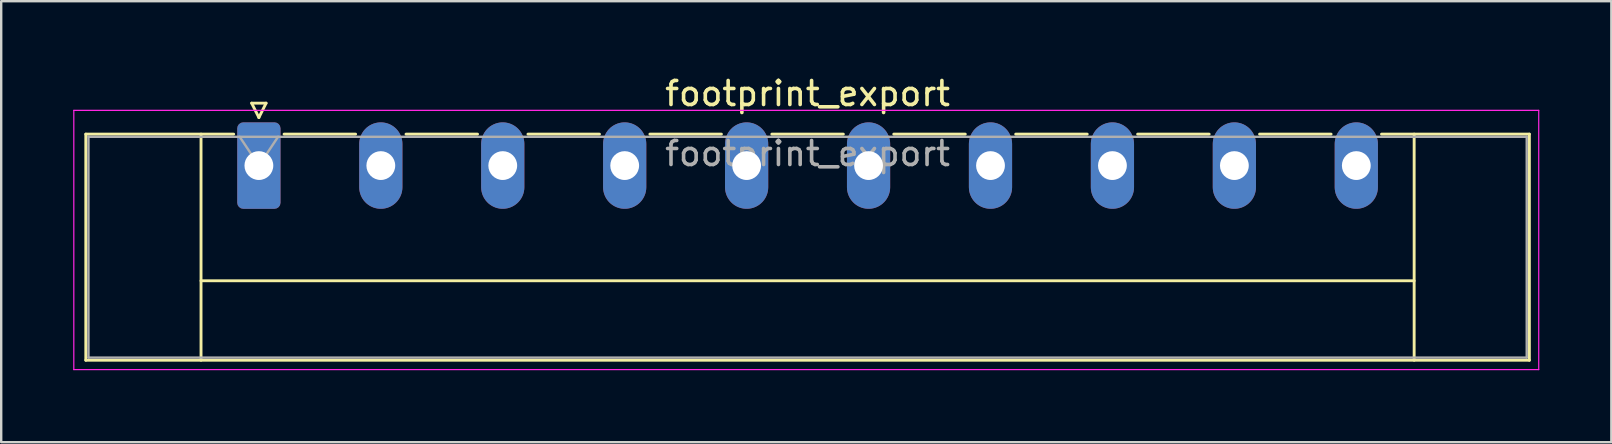
<source format=kicad_pcb>
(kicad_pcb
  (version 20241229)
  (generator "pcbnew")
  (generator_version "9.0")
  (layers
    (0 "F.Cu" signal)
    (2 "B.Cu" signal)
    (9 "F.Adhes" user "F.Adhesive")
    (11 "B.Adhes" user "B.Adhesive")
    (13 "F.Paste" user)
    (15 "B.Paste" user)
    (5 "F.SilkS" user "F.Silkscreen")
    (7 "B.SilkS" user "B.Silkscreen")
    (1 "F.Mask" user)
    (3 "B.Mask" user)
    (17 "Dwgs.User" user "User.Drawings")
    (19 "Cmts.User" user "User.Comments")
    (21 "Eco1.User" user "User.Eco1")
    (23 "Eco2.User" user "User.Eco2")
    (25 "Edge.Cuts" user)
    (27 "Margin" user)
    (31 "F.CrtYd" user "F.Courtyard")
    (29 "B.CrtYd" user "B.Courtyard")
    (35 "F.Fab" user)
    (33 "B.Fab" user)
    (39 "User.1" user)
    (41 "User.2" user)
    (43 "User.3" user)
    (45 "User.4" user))
  (footprint "footprint_export"
    (layer "F.Cu")
    (at 7.735 3.848)
    (property "Reference" "footprint_export" (at 22.86 -3 0) (layer "F.SilkS") (effects (font (size 1 1) (thickness 0.15))))
    (attr through_hole)
    (fp_line (start -7.21 -1.31) (end -7.21 8.11) (stroke (width 0.12) (type solid)) (layer "F.SilkS"))
    (fp_line (start -7.21 -1.31) (end -1.05 -1.31) (stroke (width 0.12) (type solid)) (layer "F.SilkS"))
    (fp_line (start -7.21 8.11) (end 52.93 8.11) (stroke (width 0.12) (type solid)) (layer "F.SilkS"))
    (fp_line (start -2.41 -1.31) (end -2.41 8.11) (stroke (width 0.12) (type solid)) (layer "F.SilkS"))
    (fp_line (start -2.41 4.8) (end 48.13 4.8) (stroke (width 0.12) (type solid)) (layer "F.SilkS"))
    (fp_line (start -0.3 -2.6) (end 0.3 -2.6) (stroke (width 0.12) (type solid)) (layer "F.SilkS"))
    (fp_line (start 0 -2) (end -0.3 -2.6) (stroke (width 0.12) (type solid)) (layer "F.SilkS"))
    (fp_line (start 0.3 -2.6) (end 0 -2) (stroke (width 0.12) (type solid)) (layer "F.SilkS"))
    (fp_line (start 1.05 -1.31) (end 4.03 -1.31) (stroke (width 0.12) (type solid)) (layer "F.SilkS"))
    (fp_line (start 6.13 -1.31) (end 9.11 -1.31) (stroke (width 0.12) (type solid)) (layer "F.SilkS"))
    (fp_line (start 11.21 -1.31) (end 14.19 -1.31) (stroke (width 0.12) (type solid)) (layer "F.SilkS"))
    (fp_line (start 16.29 -1.31) (end 19.27 -1.31) (stroke (width 0.12) (type solid)) (layer "F.SilkS"))
    (fp_line (start 21.37 -1.31) (end 24.35 -1.31) (stroke (width 0.12) (type solid)) (layer "F.SilkS"))
    (fp_line (start 26.45 -1.31) (end 29.43 -1.31) (stroke (width 0.12) (type solid)) (layer "F.SilkS"))
    (fp_line (start 31.53 -1.31) (end 34.51 -1.31) (stroke (width 0.12) (type solid)) (layer "F.SilkS"))
    (fp_line (start 36.61 -1.31) (end 39.59 -1.31) (stroke (width 0.12) (type solid)) (layer "F.SilkS"))
    (fp_line (start 41.69 -1.31) (end 44.67 -1.31) (stroke (width 0.12) (type solid)) (layer "F.SilkS"))
    (fp_line (start 48.13 -1.31) (end 48.13 8.11) (stroke (width 0.12) (type solid)) (layer "F.SilkS"))
    (fp_line (start 52.93 -1.31) (end 46.77 -1.31) (stroke (width 0.12) (type solid)) (layer "F.SilkS"))
    (fp_line (start 52.93 8.11) (end 52.93 -1.31) (stroke (width 0.12) (type solid)) (layer "F.SilkS"))
    (fp_line (start -7.71 -2.3) (end -7.71 8.5) (stroke (width 0.05) (type solid)) (layer "F.CrtYd"))
    (fp_line (start -7.71 8.5) (end 53.32 8.5) (stroke (width 0.05) (type solid)) (layer "F.CrtYd"))
    (fp_line (start 53.32 -2.3) (end -7.71 -2.3) (stroke (width 0.05) (type solid)) (layer "F.CrtYd"))
    (fp_line (start 53.32 8.5) (end 53.32 -2.3) (stroke (width 0.05) (type solid)) (layer "F.CrtYd"))
    (fp_line (start -7.1 -1.2) (end -7.1 8) (stroke (width 0.1) (type solid)) (layer "F.Fab"))
    (fp_line (start -7.1 8) (end 52.82 8) (stroke (width 0.1) (type solid)) (layer "F.Fab"))
    (fp_line (start 0 0) (end -0.8 -1.2) (stroke (width 0.1) (type solid)) (layer "F.Fab"))
    (fp_line (start 0.8 -1.2) (end 0 0) (stroke (width 0.1) (type solid)) (layer "F.Fab"))
    (fp_line (start 52.82 -1.2) (end -7.1 -1.2) (stroke (width 0.1) (type solid)) (layer "F.Fab"))
    (fp_line (start 52.82 8) (end 52.82 -1.2) (stroke (width 0.1) (type solid)) (layer "F.Fab"))
    (fp_text user "${REFERENCE}" (at 22.86 -0.5 0) (layer "F.Fab") (effects (font (size 1 1) (thickness 0.15))))
    (pad "1" thru_hole roundrect (at 0 0) (size 1.8 3.6) (drill 1.2) (layers "*.Cu" "*.Mask") (roundrect_rratio 0.139))
    (pad "2" thru_hole oval (at 5.08 0) (size 1.8 3.6) (drill 1.2) (layers "*.Cu" "*.Mask"))
    (pad "3" thru_hole oval (at 10.16 0) (size 1.8 3.6) (drill 1.2) (layers "*.Cu" "*.Mask"))
    (pad "4" thru_hole oval (at 15.24 0) (size 1.8 3.6) (drill 1.2) (layers "*.Cu" "*.Mask"))
    (pad "5" thru_hole oval (at 20.32 0) (size 1.8 3.6) (drill 1.2) (layers "*.Cu" "*.Mask"))
    (pad "6" thru_hole oval (at 25.4 0) (size 1.8 3.6) (drill 1.2) (layers "*.Cu" "*.Mask"))
    (pad "7" thru_hole oval (at 30.48 0) (size 1.8 3.6) (drill 1.2) (layers "*.Cu" "*.Mask"))
    (pad "8" thru_hole oval (at 35.56 0) (size 1.8 3.6) (drill 1.2) (layers "*.Cu" "*.Mask"))
    (pad "9" thru_hole oval (at 40.64 0) (size 1.8 3.6) (drill 1.2) (layers "*.Cu" "*.Mask"))
    (pad "10" thru_hole oval (at 45.72 0) (size 1.8 3.6) (drill 1.2) (layers "*.Cu" "*.Mask")))
  (gr_rect
    (start -3 -3)
    (end 64.08 15.373)
    (stroke (width 0.1) (type default))
    (fill no)
    (layer "Edge.Cuts")))
</source>
